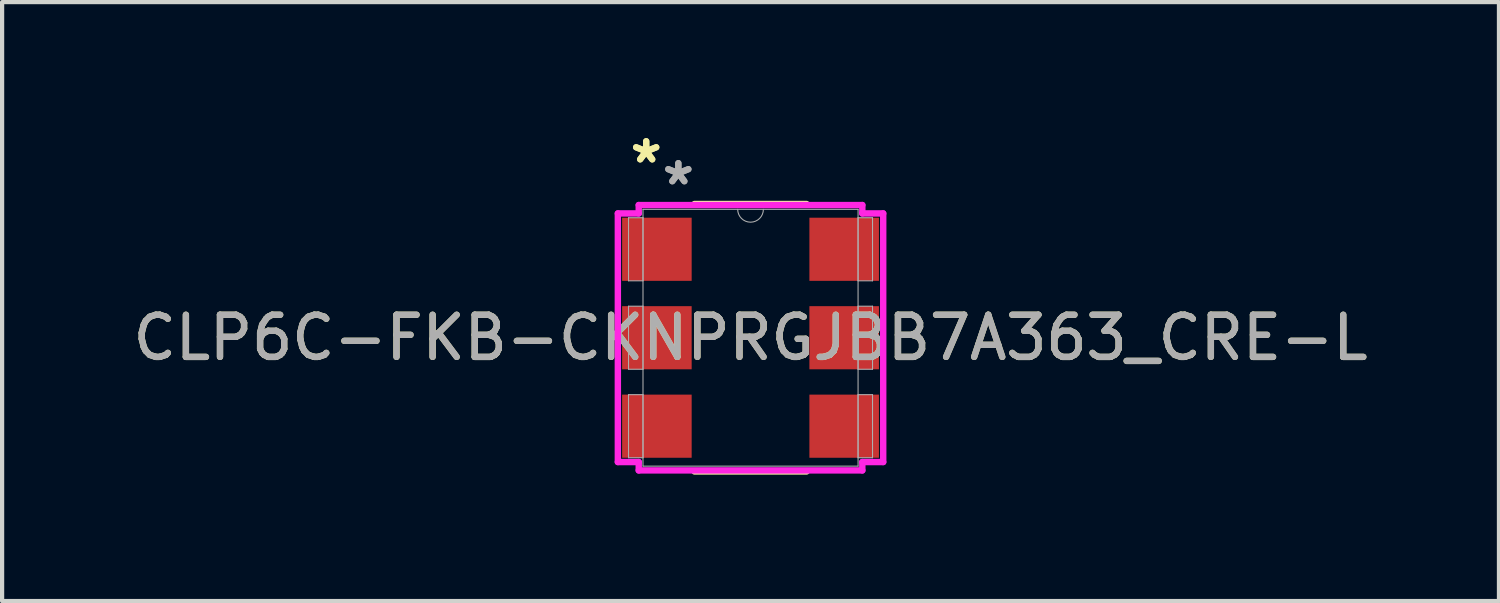
<source format=kicad_pcb>
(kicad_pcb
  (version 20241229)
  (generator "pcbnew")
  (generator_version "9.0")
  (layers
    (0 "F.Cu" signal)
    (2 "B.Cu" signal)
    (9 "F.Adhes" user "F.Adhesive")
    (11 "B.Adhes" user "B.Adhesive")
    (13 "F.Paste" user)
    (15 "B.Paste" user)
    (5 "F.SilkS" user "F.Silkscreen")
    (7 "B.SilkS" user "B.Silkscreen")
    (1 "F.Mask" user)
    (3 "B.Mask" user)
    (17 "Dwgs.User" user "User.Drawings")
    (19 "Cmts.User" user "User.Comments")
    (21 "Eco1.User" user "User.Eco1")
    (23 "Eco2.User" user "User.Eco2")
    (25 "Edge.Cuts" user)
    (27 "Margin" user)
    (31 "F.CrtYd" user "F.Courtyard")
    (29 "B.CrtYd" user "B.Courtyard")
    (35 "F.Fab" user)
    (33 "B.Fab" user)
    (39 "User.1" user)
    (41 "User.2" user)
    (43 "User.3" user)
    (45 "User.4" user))
  (footprint "CLP6C-FKB-CKNPRGJBB7A363_CRE-L"
    (layer "F.Cu")
    (at 14.768 4.968)
    (property "Reference" "CLP6C-FKB-CKNPRGJBB7A363_CRE-L" (at 0 0 0) (unlocked yes) (layer "F.SilkS") (effects (font (size 1 1) (thickness 0.15))))
    (attr smd)
    (fp_line (start -1.329 3.175) (end 1.329 3.175) (stroke (width 0.152) (type solid)) (layer "F.SilkS"))
    (fp_line (start 1.329 -3.175) (end -1.329 -3.175) (stroke (width 0.152) (type solid)) (layer "F.SilkS"))
    (fp_line (start -3.15 -2.951) (end -2.654 -2.951) (stroke (width 0.152) (type solid)) (layer "F.CrtYd"))
    (fp_line (start -3.15 2.951) (end -3.15 -2.951) (stroke (width 0.152) (type solid)) (layer "F.CrtYd"))
    (fp_line (start -3.15 2.951) (end -2.654 2.951) (stroke (width 0.152) (type solid)) (layer "F.CrtYd"))
    (fp_line (start -2.654 -3.15) (end 2.654 -3.15) (stroke (width 0.152) (type solid)) (layer "F.CrtYd"))
    (fp_line (start -2.654 -2.951) (end -2.654 -3.15) (stroke (width 0.152) (type solid)) (layer "F.CrtYd"))
    (fp_line (start -2.654 3.15) (end -2.654 2.951) (stroke (width 0.152) (type solid)) (layer "F.CrtYd"))
    (fp_line (start 2.654 -3.15) (end 2.654 -2.951) (stroke (width 0.152) (type solid)) (layer "F.CrtYd"))
    (fp_line (start 2.654 2.951) (end 2.654 3.15) (stroke (width 0.152) (type solid)) (layer "F.CrtYd"))
    (fp_line (start 2.654 3.15) (end -2.654 3.15) (stroke (width 0.152) (type solid)) (layer "F.CrtYd"))
    (fp_line (start 3.15 -2.951) (end 2.654 -2.951) (stroke (width 0.152) (type solid)) (layer "F.CrtYd"))
    (fp_line (start 3.15 -2.951) (end 3.15 2.951) (stroke (width 0.152) (type solid)) (layer "F.CrtYd"))
    (fp_line (start 3.15 2.951) (end 2.654 2.951) (stroke (width 0.152) (type solid)) (layer "F.CrtYd"))
    (fp_line (start -2.896 -2.849) (end -2.896 -1.351) (stroke (width 0.025) (type solid)) (layer "F.Fab"))
    (fp_line (start -2.896 -1.351) (end -2.553 -1.351) (stroke (width 0.025) (type solid)) (layer "F.Fab"))
    (fp_line (start -2.896 -0.749) (end -2.896 0.749) (stroke (width 0.025) (type solid)) (layer "F.Fab"))
    (fp_line (start -2.896 0.749) (end -2.553 0.749) (stroke (width 0.025) (type solid)) (layer "F.Fab"))
    (fp_line (start -2.896 1.351) (end -2.896 2.849) (stroke (width 0.025) (type solid)) (layer "F.Fab"))
    (fp_line (start -2.896 2.849) (end -2.553 2.849) (stroke (width 0.025) (type solid)) (layer "F.Fab"))
    (fp_line (start -2.553 -3.048) (end -2.553 3.048) (stroke (width 0.025) (type solid)) (layer "F.Fab"))
    (fp_line (start -2.553 -2.849) (end -2.896 -2.849) (stroke (width 0.025) (type solid)) (layer "F.Fab"))
    (fp_line (start -2.553 -1.351) (end -2.553 -2.849) (stroke (width 0.025) (type solid)) (layer "F.Fab"))
    (fp_line (start -2.553 -0.749) (end -2.896 -0.749) (stroke (width 0.025) (type solid)) (layer "F.Fab"))
    (fp_line (start -2.553 0.749) (end -2.553 -0.749) (stroke (width 0.025) (type solid)) (layer "F.Fab"))
    (fp_line (start -2.553 1.351) (end -2.896 1.351) (stroke (width 0.025) (type solid)) (layer "F.Fab"))
    (fp_line (start -2.553 2.849) (end -2.553 1.351) (stroke (width 0.025) (type solid)) (layer "F.Fab"))
    (fp_line (start -2.553 3.048) (end 2.553 3.048) (stroke (width 0.025) (type solid)) (layer "F.Fab"))
    (fp_line (start 2.553 -3.048) (end -2.553 -3.048) (stroke (width 0.025) (type solid)) (layer "F.Fab"))
    (fp_line (start 2.553 -2.849) (end 2.553 -1.351) (stroke (width 0.025) (type solid)) (layer "F.Fab"))
    (fp_line (start 2.553 -1.351) (end 2.896 -1.351) (stroke (width 0.025) (type solid)) (layer "F.Fab"))
    (fp_line (start 2.553 -0.749) (end 2.553 0.749) (stroke (width 0.025) (type solid)) (layer "F.Fab"))
    (fp_line (start 2.553 0.749) (end 2.896 0.749) (stroke (width 0.025) (type solid)) (layer "F.Fab"))
    (fp_line (start 2.553 1.351) (end 2.553 2.849) (stroke (width 0.025) (type solid)) (layer "F.Fab"))
    (fp_line (start 2.553 2.849) (end 2.896 2.849) (stroke (width 0.025) (type solid)) (layer "F.Fab"))
    (fp_line (start 2.553 3.048) (end 2.553 -3.048) (stroke (width 0.025) (type solid)) (layer "F.Fab"))
    (fp_line (start 2.896 -2.849) (end 2.553 -2.849) (stroke (width 0.025) (type solid)) (layer "F.Fab"))
    (fp_line (start 2.896 -1.351) (end 2.896 -2.849) (stroke (width 0.025) (type solid)) (layer "F.Fab"))
    (fp_line (start 2.896 -0.749) (end 2.553 -0.749) (stroke (width 0.025) (type solid)) (layer "F.Fab"))
    (fp_line (start 2.896 0.749) (end 2.896 -0.749) (stroke (width 0.025) (type solid)) (layer "F.Fab"))
    (fp_line (start 2.896 1.351) (end 2.553 1.351) (stroke (width 0.025) (type solid)) (layer "F.Fab"))
    (fp_line (start 2.896 2.849) (end 2.896 1.351) (stroke (width 0.025) (type solid)) (layer "F.Fab"))
    (fp_arc (start 0.3048 -3.048) (mid 0 -2.7432) (end -0.3048 -3.048) (stroke (width 0.0254) (type solid)) (layer "F.Fab"))
    (fp_text user "*" (at -2.477 -4.119 0) (layer "F.SilkS") (effects (font (size 1 1) (thickness 0.15))))
    (fp_text user "*" (at -2.477 -4.119 0) (unlocked yes) (layer "F.SilkS") (effects (font (size 1 1) (thickness 0.15))))
    (fp_text user "${REFERENCE}" (at 0 0 0) (unlocked yes) (layer "F.Fab") (effects (font (size 1 1) (thickness 0.15))))
    (fp_text user "*" (at -1.714 -3.599 0) (unlocked yes) (layer "F.Fab") (effects (font (size 1 1) (thickness 0.15))))
    (fp_text user "*" (at -1.714 -3.599 0) (layer "F.Fab") (effects (font (size 1 1) (thickness 0.15))))
    (pad "1" smd rect (at -2.223 -2.1) (size 1.651 1.499) (layers "F.Cu" "F.Mask" "F.Paste"))
    (pad "2" smd rect (at -2.223 0) (size 1.651 1.499) (layers "F.Cu" "F.Mask" "F.Paste"))
    (pad "3" smd rect (at -2.223 2.1) (size 1.651 1.499) (layers "F.Cu" "F.Mask" "F.Paste"))
    (pad "4" smd rect (at 2.223 2.1) (size 1.651 1.499) (layers "F.Cu" "F.Mask" "F.Paste"))
    (pad "5" smd rect (at 2.223 0) (size 1.651 1.499) (layers "F.Cu" "F.Mask" "F.Paste"))
    (pad "6" smd rect (at 2.223 -2.1) (size 1.651 1.499) (layers "F.Cu" "F.Mask" "F.Paste")))
  (gr_rect
    (start -3 -3)
    (end 32.536 11.219)
    (stroke (width 0.1) (type default))
    (fill no)
    (layer "Edge.Cuts")))
</source>
